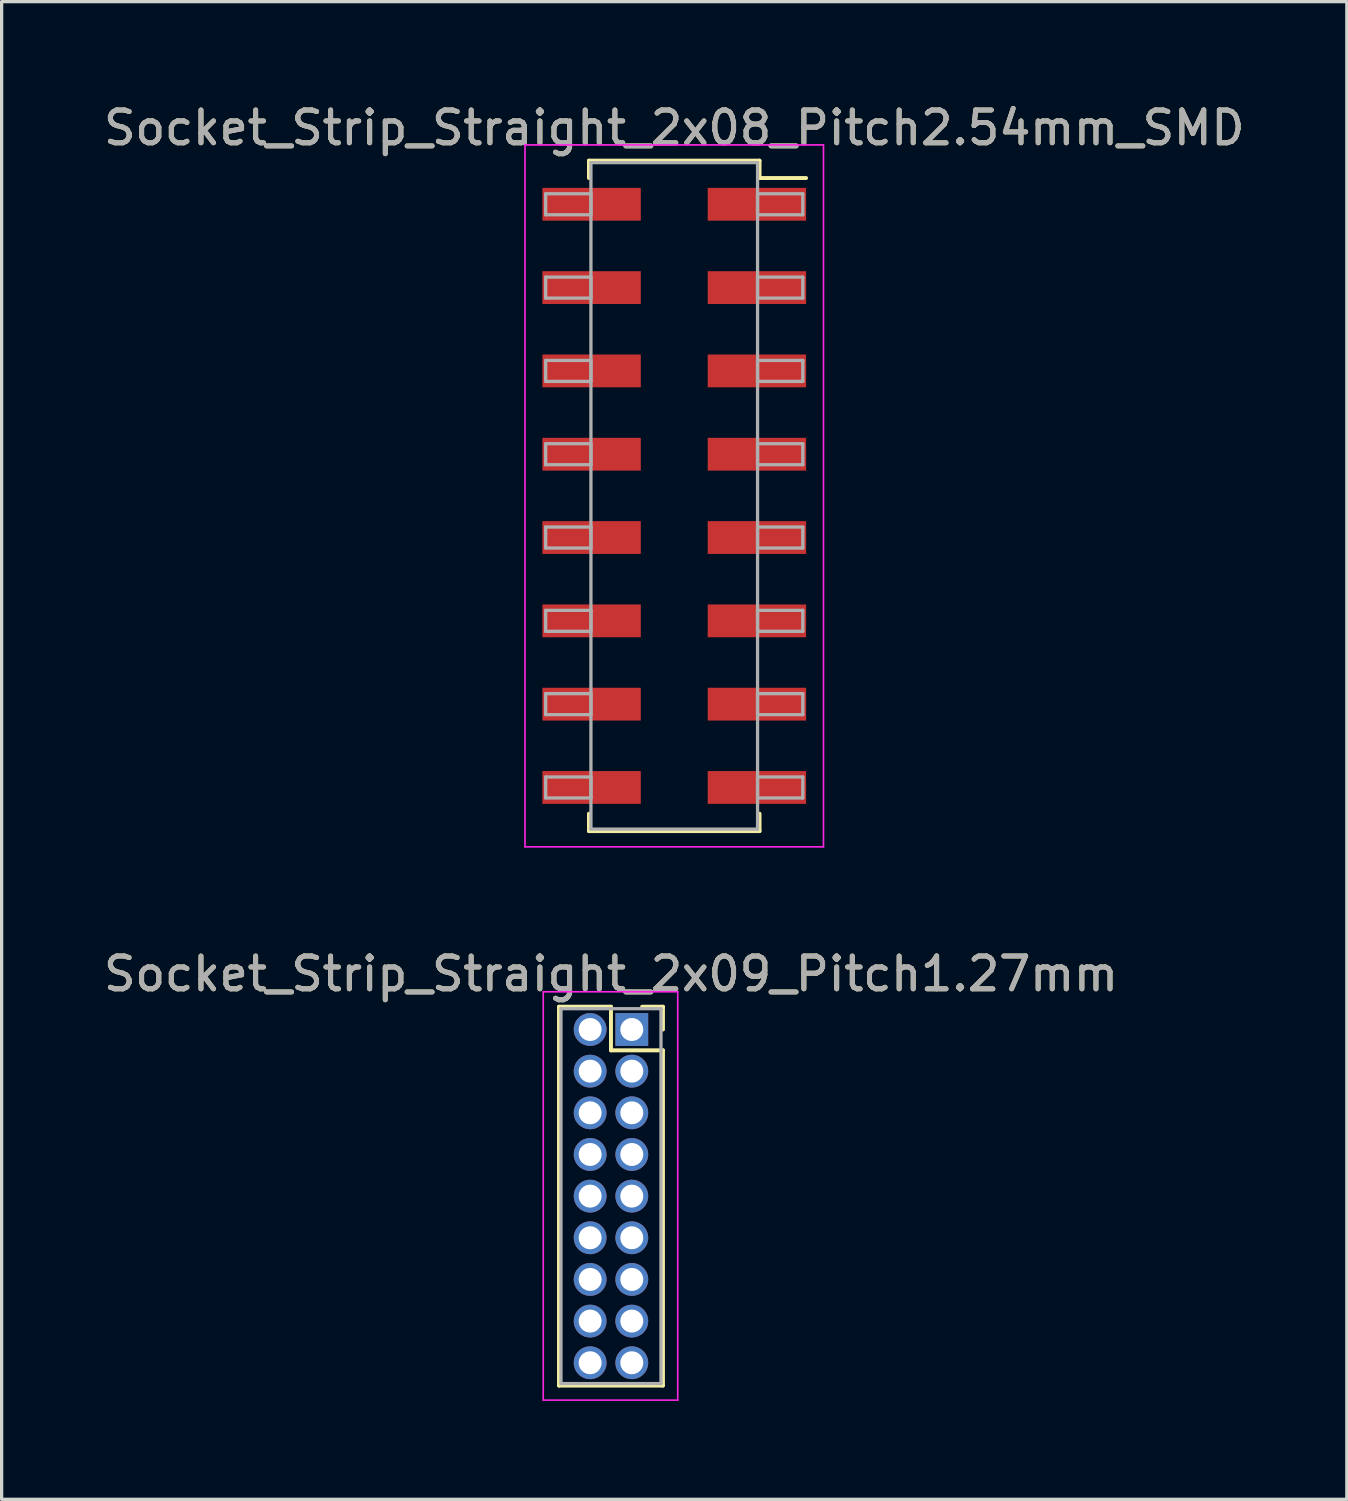
<source format=kicad_pcb>
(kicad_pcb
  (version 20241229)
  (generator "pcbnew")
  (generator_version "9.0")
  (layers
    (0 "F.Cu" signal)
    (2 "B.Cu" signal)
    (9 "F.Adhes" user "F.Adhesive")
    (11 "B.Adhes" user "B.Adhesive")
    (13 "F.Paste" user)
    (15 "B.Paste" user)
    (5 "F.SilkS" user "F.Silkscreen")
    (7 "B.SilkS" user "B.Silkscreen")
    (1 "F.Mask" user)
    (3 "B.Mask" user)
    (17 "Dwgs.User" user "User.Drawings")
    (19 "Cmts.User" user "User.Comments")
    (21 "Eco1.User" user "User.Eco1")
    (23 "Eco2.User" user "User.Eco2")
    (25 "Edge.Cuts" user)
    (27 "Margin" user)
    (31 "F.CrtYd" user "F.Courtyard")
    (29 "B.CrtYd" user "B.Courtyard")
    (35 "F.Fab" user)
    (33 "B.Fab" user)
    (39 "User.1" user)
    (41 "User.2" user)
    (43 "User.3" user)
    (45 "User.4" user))
  (footprint "Socket_Strip_Straight_2x09_Pitch1.27mm"
    (layer "F.Cu")
    (at 16.212 28.337)
    (property "Reference" "Socket_Strip_Straight_2x09_Pitch1.27mm" (at -0.635 -1.695 0) (layer "F.SilkS") (effects (font (size 1 1) (thickness 0.15))))
    (attr through_hole)
    (fp_line (start -2.22 -0.695) (end -0.635 -0.695) (stroke (width 0.12) (type solid)) (layer "F.SilkS"))
    (fp_line (start -2.22 10.855) (end -2.22 -0.695) (stroke (width 0.12) (type solid)) (layer "F.SilkS"))
    (fp_line (start -0.635 -0.695) (end -0.635 0.635) (stroke (width 0.12) (type solid)) (layer "F.SilkS"))
    (fp_line (start -0.635 0.635) (end 0.95 0.635) (stroke (width 0.12) (type solid)) (layer "F.SilkS"))
    (fp_line (start 0.95 -0.695) (end 0.315 -0.695) (stroke (width 0.12) (type solid)) (layer "F.SilkS"))
    (fp_line (start 0.95 0) (end 0.95 -0.695) (stroke (width 0.12) (type solid)) (layer "F.SilkS"))
    (fp_line (start 0.95 0.635) (end 0.95 10.855) (stroke (width 0.12) (type solid)) (layer "F.SilkS"))
    (fp_line (start 0.95 10.855) (end -2.22 10.855) (stroke (width 0.12) (type solid)) (layer "F.SilkS"))
    (fp_line (start -2.7 -1.15) (end -2.7 11.3) (stroke (width 0.05) (type solid)) (layer "F.CrtYd"))
    (fp_line (start -2.7 11.3) (end 1.4 11.3) (stroke (width 0.05) (type solid)) (layer "F.CrtYd"))
    (fp_line (start 1.4 -1.15) (end -2.7 -1.15) (stroke (width 0.05) (type solid)) (layer "F.CrtYd"))
    (fp_line (start 1.4 11.3) (end 1.4 -1.15) (stroke (width 0.05) (type solid)) (layer "F.CrtYd"))
    (fp_line (start -2.16 -0.635) (end -2.16 10.795) (stroke (width 0.1) (type solid)) (layer "F.Fab"))
    (fp_line (start -2.16 10.795) (end 0.89 10.795) (stroke (width 0.1) (type solid)) (layer "F.Fab"))
    (fp_line (start 0.89 -0.635) (end -2.16 -0.635) (stroke (width 0.1) (type solid)) (layer "F.Fab"))
    (fp_line (start 0.89 10.795) (end 0.89 -0.635) (stroke (width 0.1) (type solid)) (layer "F.Fab"))
    (fp_text user "${REFERENCE}" (at -0.635 -1.695 0) (layer "F.Fab") (effects (font (size 1 1) (thickness 0.15))))
    (pad "1" thru_hole rect (at 0 0) (size 1 1) (drill 0.7) (layers "*.Cu" "*.Mask"))
    (pad "2" thru_hole oval (at -1.27 0) (size 1 1) (drill 0.7) (layers "*.Cu" "*.Mask"))
    (pad "3" thru_hole oval (at 0 1.27) (size 1 1) (drill 0.7) (layers "*.Cu" "*.Mask"))
    (pad "4" thru_hole oval (at -1.27 1.27) (size 1 1) (drill 0.7) (layers "*.Cu" "*.Mask"))
    (pad "5" thru_hole oval (at 0 2.54) (size 1 1) (drill 0.7) (layers "*.Cu" "*.Mask"))
    (pad "6" thru_hole oval (at -1.27 2.54) (size 1 1) (drill 0.7) (layers "*.Cu" "*.Mask"))
    (pad "7" thru_hole oval (at 0 3.81) (size 1 1) (drill 0.7) (layers "*.Cu" "*.Mask"))
    (pad "8" thru_hole oval (at -1.27 3.81) (size 1 1) (drill 0.7) (layers "*.Cu" "*.Mask"))
    (pad "9" thru_hole oval (at 0 5.08) (size 1 1) (drill 0.7) (layers "*.Cu" "*.Mask"))
    (pad "10" thru_hole oval (at -1.27 5.08) (size 1 1) (drill 0.7) (layers "*.Cu" "*.Mask"))
    (pad "11" thru_hole oval (at 0 6.35) (size 1 1) (drill 0.7) (layers "*.Cu" "*.Mask"))
    (pad "12" thru_hole oval (at -1.27 6.35) (size 1 1) (drill 0.7) (layers "*.Cu" "*.Mask"))
    (pad "13" thru_hole oval (at 0 7.62) (size 1 1) (drill 0.7) (layers "*.Cu" "*.Mask"))
    (pad "14" thru_hole oval (at -1.27 7.62) (size 1 1) (drill 0.7) (layers "*.Cu" "*.Mask"))
    (pad "15" thru_hole oval (at 0 8.89) (size 1 1) (drill 0.7) (layers "*.Cu" "*.Mask"))
    (pad "16" thru_hole oval (at -1.27 8.89) (size 1 1) (drill 0.7) (layers "*.Cu" "*.Mask"))
    (pad "17" thru_hole oval (at 0 10.16) (size 1 1) (drill 0.7) (layers "*.Cu" "*.Mask"))
    (pad "18" thru_hole oval (at -1.27 10.16) (size 1 1) (drill 0.7) (layers "*.Cu" "*.Mask")))
  (footprint "Socket_Strip_Straight_2x08_Pitch2.54mm_SMD"
    (layer "F.Cu")
    (at 17.506 12.068)
    (property "Reference" "Socket_Strip_Straight_2x08_Pitch2.54mm_SMD" (at 0 -11.22 0) (layer "F.SilkS") (effects (font (size 1 1) (thickness 0.15))))
    (attr smd)
    (fp_line (start -2.6 -10.22) (end 2.6 -10.22) (stroke (width 0.12) (type solid)) (layer "F.SilkS"))
    (fp_line (start -2.6 -9.69) (end -2.6 -10.22) (stroke (width 0.12) (type solid)) (layer "F.SilkS"))
    (fp_line (start -2.6 9.69) (end -2.6 10.22) (stroke (width 0.12) (type solid)) (layer "F.SilkS"))
    (fp_line (start -2.6 10.22) (end 2.6 10.22) (stroke (width 0.12) (type solid)) (layer "F.SilkS"))
    (fp_line (start 2.6 -10.22) (end 2.6 -9.69) (stroke (width 0.12) (type solid)) (layer "F.SilkS"))
    (fp_line (start 2.6 10.22) (end 2.6 9.69) (stroke (width 0.12) (type solid)) (layer "F.SilkS"))
    (fp_line (start 4.02 -9.69) (end 2.6 -9.69) (stroke (width 0.12) (type solid)) (layer "F.SilkS"))
    (fp_line (start -4.55 -10.7) (end -4.55 10.7) (stroke (width 0.05) (type solid)) (layer "F.CrtYd"))
    (fp_line (start -4.55 10.7) (end 4.55 10.7) (stroke (width 0.05) (type solid)) (layer "F.CrtYd"))
    (fp_line (start 4.55 -10.7) (end -4.55 -10.7) (stroke (width 0.05) (type solid)) (layer "F.CrtYd"))
    (fp_line (start 4.55 10.7) (end 4.55 -10.7) (stroke (width 0.05) (type solid)) (layer "F.CrtYd"))
    (fp_line (start -3.92 -9.21) (end -2.54 -9.21) (stroke (width 0.1) (type solid)) (layer "F.Fab"))
    (fp_line (start -3.92 -8.57) (end -3.92 -9.21) (stroke (width 0.1) (type solid)) (layer "F.Fab"))
    (fp_line (start -3.92 -6.67) (end -2.54 -6.67) (stroke (width 0.1) (type solid)) (layer "F.Fab"))
    (fp_line (start -3.92 -6.03) (end -3.92 -6.67) (stroke (width 0.1) (type solid)) (layer "F.Fab"))
    (fp_line (start -3.92 -4.13) (end -2.54 -4.13) (stroke (width 0.1) (type solid)) (layer "F.Fab"))
    (fp_line (start -3.92 -3.49) (end -3.92 -4.13) (stroke (width 0.1) (type solid)) (layer "F.Fab"))
    (fp_line (start -3.92 -1.59) (end -2.54 -1.59) (stroke (width 0.1) (type solid)) (layer "F.Fab"))
    (fp_line (start -3.92 -0.95) (end -3.92 -1.59) (stroke (width 0.1) (type solid)) (layer "F.Fab"))
    (fp_line (start -3.92 0.95) (end -2.54 0.95) (stroke (width 0.1) (type solid)) (layer "F.Fab"))
    (fp_line (start -3.92 1.59) (end -3.92 0.95) (stroke (width 0.1) (type solid)) (layer "F.Fab"))
    (fp_line (start -3.92 3.49) (end -2.54 3.49) (stroke (width 0.1) (type solid)) (layer "F.Fab"))
    (fp_line (start -3.92 4.13) (end -3.92 3.49) (stroke (width 0.1) (type solid)) (layer "F.Fab"))
    (fp_line (start -3.92 6.03) (end -2.54 6.03) (stroke (width 0.1) (type solid)) (layer "F.Fab"))
    (fp_line (start -3.92 6.67) (end -3.92 6.03) (stroke (width 0.1) (type solid)) (layer "F.Fab"))
    (fp_line (start -3.92 8.57) (end -2.54 8.57) (stroke (width 0.1) (type solid)) (layer "F.Fab"))
    (fp_line (start -3.92 9.21) (end -3.92 8.57) (stroke (width 0.1) (type solid)) (layer "F.Fab"))
    (fp_line (start -2.54 -10.16) (end -2.54 10.16) (stroke (width 0.1) (type solid)) (layer "F.Fab"))
    (fp_line (start -2.54 -9.21) (end -2.54 -8.57) (stroke (width 0.1) (type solid)) (layer "F.Fab"))
    (fp_line (start -2.54 -8.57) (end -3.92 -8.57) (stroke (width 0.1) (type solid)) (layer "F.Fab"))
    (fp_line (start -2.54 -6.67) (end -2.54 -6.03) (stroke (width 0.1) (type solid)) (layer "F.Fab"))
    (fp_line (start -2.54 -6.03) (end -3.92 -6.03) (stroke (width 0.1) (type solid)) (layer "F.Fab"))
    (fp_line (start -2.54 -4.13) (end -2.54 -3.49) (stroke (width 0.1) (type solid)) (layer "F.Fab"))
    (fp_line (start -2.54 -3.49) (end -3.92 -3.49) (stroke (width 0.1) (type solid)) (layer "F.Fab"))
    (fp_line (start -2.54 -1.59) (end -2.54 -0.95) (stroke (width 0.1) (type solid)) (layer "F.Fab"))
    (fp_line (start -2.54 -0.95) (end -3.92 -0.95) (stroke (width 0.1) (type solid)) (layer "F.Fab"))
    (fp_line (start -2.54 0.95) (end -2.54 1.59) (stroke (width 0.1) (type solid)) (layer "F.Fab"))
    (fp_line (start -2.54 1.59) (end -3.92 1.59) (stroke (width 0.1) (type solid)) (layer "F.Fab"))
    (fp_line (start -2.54 3.49) (end -2.54 4.13) (stroke (width 0.1) (type solid)) (layer "F.Fab"))
    (fp_line (start -2.54 4.13) (end -3.92 4.13) (stroke (width 0.1) (type solid)) (layer "F.Fab"))
    (fp_line (start -2.54 6.03) (end -2.54 6.67) (stroke (width 0.1) (type solid)) (layer "F.Fab"))
    (fp_line (start -2.54 6.67) (end -3.92 6.67) (stroke (width 0.1) (type solid)) (layer "F.Fab"))
    (fp_line (start -2.54 8.57) (end -2.54 9.21) (stroke (width 0.1) (type solid)) (layer "F.Fab"))
    (fp_line (start -2.54 9.21) (end -3.92 9.21) (stroke (width 0.1) (type solid)) (layer "F.Fab"))
    (fp_line (start -2.54 10.16) (end 2.54 10.16) (stroke (width 0.1) (type solid)) (layer "F.Fab"))
    (fp_line (start 2.54 -10.16) (end -2.54 -10.16) (stroke (width 0.1) (type solid)) (layer "F.Fab"))
    (fp_line (start 2.54 -9.21) (end 2.54 -8.57) (stroke (width 0.1) (type solid)) (layer "F.Fab"))
    (fp_line (start 2.54 -8.57) (end 3.92 -8.57) (stroke (width 0.1) (type solid)) (layer "F.Fab"))
    (fp_line (start 2.54 -6.67) (end 2.54 -6.03) (stroke (width 0.1) (type solid)) (layer "F.Fab"))
    (fp_line (start 2.54 -6.03) (end 3.92 -6.03) (stroke (width 0.1) (type solid)) (layer "F.Fab"))
    (fp_line (start 2.54 -4.13) (end 2.54 -3.49) (stroke (width 0.1) (type solid)) (layer "F.Fab"))
    (fp_line (start 2.54 -3.49) (end 3.92 -3.49) (stroke (width 0.1) (type solid)) (layer "F.Fab"))
    (fp_line (start 2.54 -1.59) (end 2.54 -0.95) (stroke (width 0.1) (type solid)) (layer "F.Fab"))
    (fp_line (start 2.54 -0.95) (end 3.92 -0.95) (stroke (width 0.1) (type solid)) (layer "F.Fab"))
    (fp_line (start 2.54 0.95) (end 2.54 1.59) (stroke (width 0.1) (type solid)) (layer "F.Fab"))
    (fp_line (start 2.54 1.59) (end 3.92 1.59) (stroke (width 0.1) (type solid)) (layer "F.Fab"))
    (fp_line (start 2.54 3.49) (end 2.54 4.13) (stroke (width 0.1) (type solid)) (layer "F.Fab"))
    (fp_line (start 2.54 4.13) (end 3.92 4.13) (stroke (width 0.1) (type solid)) (layer "F.Fab"))
    (fp_line (start 2.54 6.03) (end 2.54 6.67) (stroke (width 0.1) (type solid)) (layer "F.Fab"))
    (fp_line (start 2.54 6.67) (end 3.92 6.67) (stroke (width 0.1) (type solid)) (layer "F.Fab"))
    (fp_line (start 2.54 8.57) (end 2.54 9.21) (stroke (width 0.1) (type solid)) (layer "F.Fab"))
    (fp_line (start 2.54 9.21) (end 3.92 9.21) (stroke (width 0.1) (type solid)) (layer "F.Fab"))
    (fp_line (start 2.54 10.16) (end 2.54 -10.16) (stroke (width 0.1) (type solid)) (layer "F.Fab"))
    (fp_line (start 3.92 -9.21) (end 2.54 -9.21) (stroke (width 0.1) (type solid)) (layer "F.Fab"))
    (fp_line (start 3.92 -8.57) (end 3.92 -9.21) (stroke (width 0.1) (type solid)) (layer "F.Fab"))
    (fp_line (start 3.92 -6.67) (end 2.54 -6.67) (stroke (width 0.1) (type solid)) (layer "F.Fab"))
    (fp_line (start 3.92 -6.03) (end 3.92 -6.67) (stroke (width 0.1) (type solid)) (layer "F.Fab"))
    (fp_line (start 3.92 -4.13) (end 2.54 -4.13) (stroke (width 0.1) (type solid)) (layer "F.Fab"))
    (fp_line (start 3.92 -3.49) (end 3.92 -4.13) (stroke (width 0.1) (type solid)) (layer "F.Fab"))
    (fp_line (start 3.92 -1.59) (end 2.54 -1.59) (stroke (width 0.1) (type solid)) (layer "F.Fab"))
    (fp_line (start 3.92 -0.95) (end 3.92 -1.59) (stroke (width 0.1) (type solid)) (layer "F.Fab"))
    (fp_line (start 3.92 0.95) (end 2.54 0.95) (stroke (width 0.1) (type solid)) (layer "F.Fab"))
    (fp_line (start 3.92 1.59) (end 3.92 0.95) (stroke (width 0.1) (type solid)) (layer "F.Fab"))
    (fp_line (start 3.92 3.49) (end 2.54 3.49) (stroke (width 0.1) (type solid)) (layer "F.Fab"))
    (fp_line (start 3.92 4.13) (end 3.92 3.49) (stroke (width 0.1) (type solid)) (layer "F.Fab"))
    (fp_line (start 3.92 6.03) (end 2.54 6.03) (stroke (width 0.1) (type solid)) (layer "F.Fab"))
    (fp_line (start 3.92 6.67) (end 3.92 6.03) (stroke (width 0.1) (type solid)) (layer "F.Fab"))
    (fp_line (start 3.92 8.57) (end 2.54 8.57) (stroke (width 0.1) (type solid)) (layer "F.Fab"))
    (fp_line (start 3.92 9.21) (end 3.92 8.57) (stroke (width 0.1) (type solid)) (layer "F.Fab"))
    (fp_text user "${REFERENCE}" (at 0 -11.22 0) (layer "F.Fab") (effects (font (size 1 1) (thickness 0.15))))
    (pad "1" smd rect (at 2.52 -8.89) (size 3 1) (layers "F.Cu" "F.Mask" "F.Paste"))
    (pad "2" smd rect (at -2.52 -8.89) (size 3 1) (layers "F.Cu" "F.Mask" "F.Paste"))
    (pad "3" smd rect (at 2.52 -6.35) (size 3 1) (layers "F.Cu" "F.Mask" "F.Paste"))
    (pad "4" smd rect (at -2.52 -6.35) (size 3 1) (layers "F.Cu" "F.Mask" "F.Paste"))
    (pad "5" smd rect (at 2.52 -3.81) (size 3 1) (layers "F.Cu" "F.Mask" "F.Paste"))
    (pad "6" smd rect (at -2.52 -3.81) (size 3 1) (layers "F.Cu" "F.Mask" "F.Paste"))
    (pad "7" smd rect (at 2.52 -1.27) (size 3 1) (layers "F.Cu" "F.Mask" "F.Paste"))
    (pad "8" smd rect (at -2.52 -1.27) (size 3 1) (layers "F.Cu" "F.Mask" "F.Paste"))
    (pad "9" smd rect (at 2.52 1.27) (size 3 1) (layers "F.Cu" "F.Mask" "F.Paste"))
    (pad "10" smd rect (at -2.52 1.27) (size 3 1) (layers "F.Cu" "F.Mask" "F.Paste"))
    (pad "11" smd rect (at 2.52 3.81) (size 3 1) (layers "F.Cu" "F.Mask" "F.Paste"))
    (pad "12" smd rect (at -2.52 3.81) (size 3 1) (layers "F.Cu" "F.Mask" "F.Paste"))
    (pad "13" smd rect (at 2.52 6.35) (size 3 1) (layers "F.Cu" "F.Mask" "F.Paste"))
    (pad "14" smd rect (at -2.52 6.35) (size 3 1) (layers "F.Cu" "F.Mask" "F.Paste"))
    (pad "15" smd rect (at 2.52 8.89) (size 3 1) (layers "F.Cu" "F.Mask" "F.Paste"))
    (pad "16" smd rect (at -2.52 8.89) (size 3 1) (layers "F.Cu" "F.Mask" "F.Paste")))
  (gr_rect
    (start -3 -3)
    (end 38.012 42.661)
    (stroke (width 0.1) (type default))
    (fill no)
    (layer "Edge.Cuts")))
</source>
